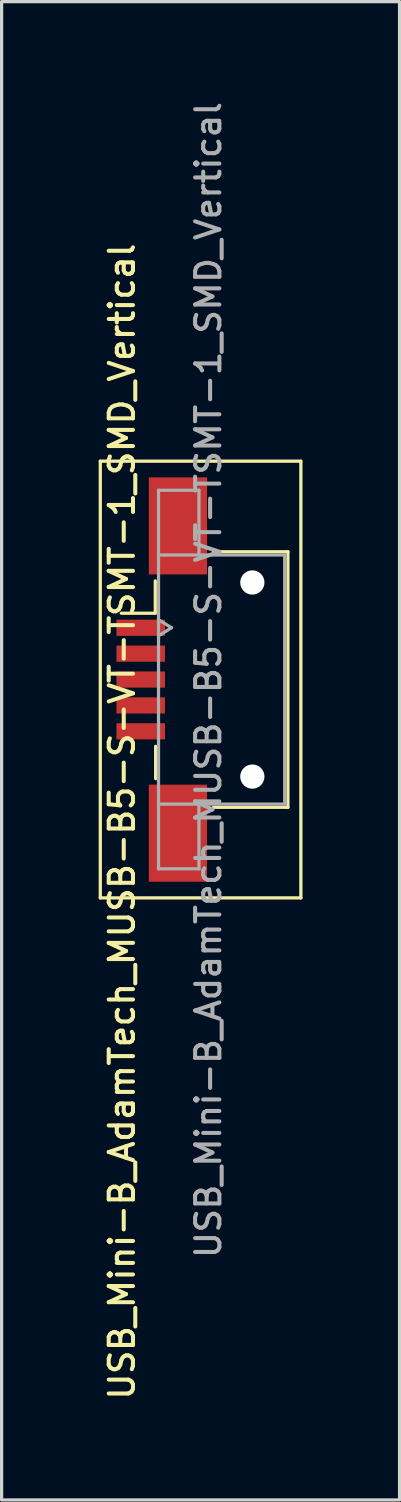
<source format=kicad_pcb>
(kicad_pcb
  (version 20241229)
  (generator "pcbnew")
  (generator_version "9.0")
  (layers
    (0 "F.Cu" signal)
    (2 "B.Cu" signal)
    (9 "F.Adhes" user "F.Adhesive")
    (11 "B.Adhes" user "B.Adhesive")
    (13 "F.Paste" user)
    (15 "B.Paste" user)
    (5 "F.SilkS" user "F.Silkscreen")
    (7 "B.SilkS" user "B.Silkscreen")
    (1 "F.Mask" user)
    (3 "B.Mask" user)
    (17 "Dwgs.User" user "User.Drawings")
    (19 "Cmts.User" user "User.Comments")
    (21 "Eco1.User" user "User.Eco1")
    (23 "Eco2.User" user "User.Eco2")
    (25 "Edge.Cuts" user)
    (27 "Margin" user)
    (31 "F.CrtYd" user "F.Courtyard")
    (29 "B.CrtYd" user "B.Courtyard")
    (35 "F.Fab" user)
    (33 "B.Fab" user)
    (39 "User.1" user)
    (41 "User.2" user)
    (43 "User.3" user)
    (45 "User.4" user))
  (footprint "USB_Mini-B_AdamTech_MUSB-B5-S-VT-TSMT-1_SMD_Vertical"
    (layer "F.Cu")
    (at 2.9 17.955)
    (property "Reference" "USB_Mini-B_AdamTech_MUSB-B5-S-VT-TSMT-1_SMD_Vertical" (at -2.18 4.39 90) (layer "F.SilkS") (effects (font (size 0.75 0.75) (thickness 0.125))))
    (attr smd)
    (fp_line (start -2.85 -6.75) (end 3.35 -6.75) (stroke (width 0.1) (type solid)) (layer "F.SilkS"))
    (fp_line (start -2.85 6.75) (end -2.85 -6.75) (stroke (width 0.1) (type solid)) (layer "F.SilkS"))
    (fp_line (start -2.2 -2.05) (end -1.15 -2.05) (stroke (width 0.1) (type solid)) (layer "F.SilkS"))
    (fp_line (start -1.15 -2.05) (end -1.15 -3.05) (stroke (width 0.1) (type solid)) (layer "F.SilkS"))
    (fp_line (start -1.139 2.064) (end -1.139 3.064) (stroke (width 0.1) (type solid)) (layer "F.SilkS"))
    (fp_line (start 0.65 3.95) (end 2.95 3.95) (stroke (width 0.1) (type solid)) (layer "F.SilkS"))
    (fp_line (start 2.95 -3.95) (end 0.65 -3.95) (stroke (width 0.1) (type solid)) (layer "F.SilkS"))
    (fp_line (start 2.95 3.95) (end 2.95 -3.95) (stroke (width 0.1) (type solid)) (layer "F.SilkS"))
    (fp_line (start 3.35 -6.75) (end 3.35 6.75) (stroke (width 0.1) (type solid)) (layer "F.SilkS"))
    (fp_line (start 3.35 6.75) (end -2.85 6.75) (stroke (width 0.1) (type solid)) (layer "F.SilkS"))
    (fp_line (start -1.05 -5.85) (end -1.05 5.85) (stroke (width 0.1) (type solid)) (layer "F.Fab"))
    (fp_line (start -1.05 -5.85) (end 0.2 -5.85) (stroke (width 0.1) (type solid)) (layer "F.Fab"))
    (fp_line (start -1.05 -1.85) (end -0.65 -1.6) (stroke (width 0.1) (type solid)) (layer "F.Fab"))
    (fp_line (start -1.05 3.85) (end 2.85 3.85) (stroke (width 0.1) (type solid)) (layer "F.Fab"))
    (fp_line (start -1.05 5.85) (end 0.2 5.85) (stroke (width 0.1) (type solid)) (layer "F.Fab"))
    (fp_line (start -0.65 -1.6) (end -1.05 -1.35) (stroke (width 0.1) (type solid)) (layer "F.Fab"))
    (fp_line (start 0.2 -5.85) (end 0.2 -3.85) (stroke (width 0.1) (type solid)) (layer "F.Fab"))
    (fp_line (start 0.2 5.85) (end 0.2 3.85) (stroke (width 0.1) (type solid)) (layer "F.Fab"))
    (fp_line (start 2.85 -3.85) (end -1.05 -3.85) (stroke (width 0.1) (type solid)) (layer "F.Fab"))
    (fp_line (start 2.85 3.85) (end 2.85 -3.85) (stroke (width 0.1) (type solid)) (layer "F.Fab"))
    (fp_text user "${REFERENCE}" (at 0.49 0.015 90) (layer "F.Fab") (effects (font (size 0.75 0.75) (thickness 0.125))))
    (pad "" np_thru_hole circle (at 1.85 -3 90) (size 0.75 0.75) (drill 1) (layers "*.Cu" "*.Mask"))
    (pad "" np_thru_hole circle (at 1.85 3 90) (size 0.75 0.75) (drill 1) (layers "*.Cu" "*.Mask"))
    (pad "1" smd rect (at -1.6 -1.6 90) (size 0.5 1.5) (layers "F.Cu" "F.Mask" "F.Paste"))
    (pad "2" smd rect (at -1.6 -0.8 90) (size 0.5 1.5) (layers "F.Cu" "F.Mask" "F.Paste"))
    (pad "3" smd rect (at -1.6 0 90) (size 0.5 1.5) (layers "F.Cu" "F.Mask" "F.Paste"))
    (pad "4" smd rect (at -1.6 0.8 90) (size 0.5 1.5) (layers "F.Cu" "F.Mask" "F.Paste"))
    (pad "5" smd rect (at -1.6 1.6 90) (size 0.5 1.5) (layers "F.Cu" "F.Mask" "F.Paste"))
    (pad "6" smd rect (at -0.45 -4.75 90) (size 3 1.8) (layers "F.Cu" "F.Mask" "F.Paste"))
    (pad "6" smd rect (at -0.45 4.75 90) (size 3 1.8) (layers "F.Cu" "F.Mask" "F.Paste")))
  (gr_rect
    (start -3 -3)
    (end 9.3 43.314)
    (stroke (width 0.1) (type default))
    (fill no)
    (layer "Edge.Cuts")))
</source>
